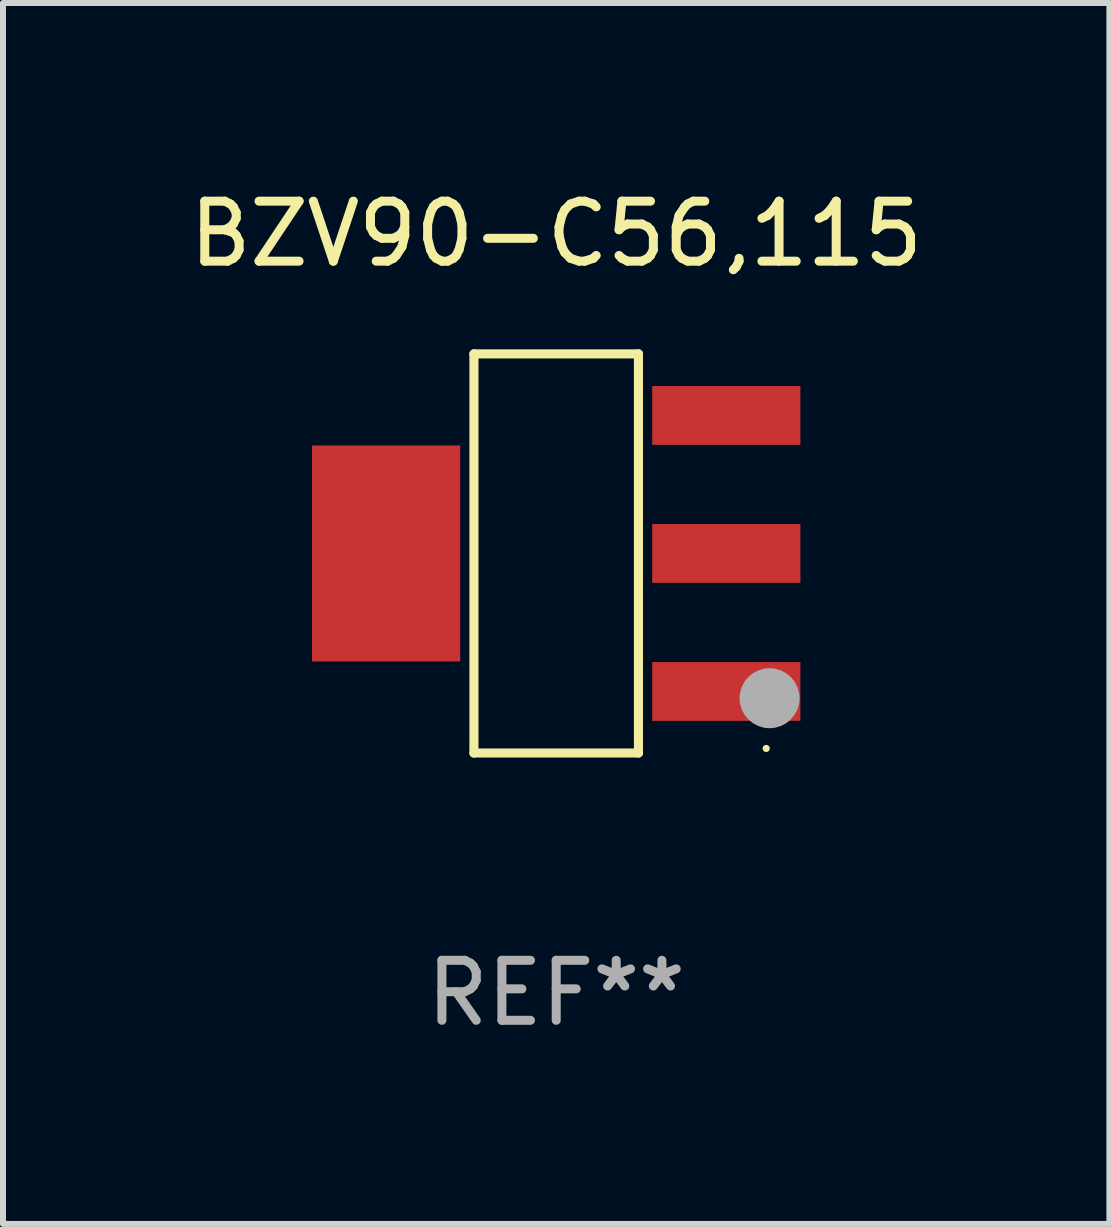
<source format=kicad_pcb>
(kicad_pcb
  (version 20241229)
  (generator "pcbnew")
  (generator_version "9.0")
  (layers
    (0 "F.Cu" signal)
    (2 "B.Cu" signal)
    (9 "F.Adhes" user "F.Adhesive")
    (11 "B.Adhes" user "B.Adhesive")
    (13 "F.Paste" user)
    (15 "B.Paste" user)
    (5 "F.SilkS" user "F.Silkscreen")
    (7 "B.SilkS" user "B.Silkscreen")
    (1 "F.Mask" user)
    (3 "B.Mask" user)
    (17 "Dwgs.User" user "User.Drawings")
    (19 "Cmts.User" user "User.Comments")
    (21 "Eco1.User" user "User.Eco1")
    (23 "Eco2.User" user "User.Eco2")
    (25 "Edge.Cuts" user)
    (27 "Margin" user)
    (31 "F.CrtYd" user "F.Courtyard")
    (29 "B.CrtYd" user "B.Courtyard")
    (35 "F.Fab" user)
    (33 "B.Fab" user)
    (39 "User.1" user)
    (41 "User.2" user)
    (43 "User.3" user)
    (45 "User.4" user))
  (footprint "BZV90-C56,115"
    (layer "F.Cu")
    (at 6.22 6.174)
    (property "Reference" "BZV90-C56,115" (at 0 -5.326 0) (layer "F.SilkS") (effects (font (size 1 1) (thickness 0.15))))
    (attr through_hole)
    (fp_line (start -1.371 -3.326) (end 1.371 -3.326) (stroke (width 0.152) (type solid)) (layer "F.SilkS"))
    (fp_line (start -1.371 3.326) (end -1.371 -3.326) (stroke (width 0.152) (type solid)) (layer "F.SilkS"))
    (fp_line (start 1.371 -3.326) (end 1.371 3.326) (stroke (width 0.152) (type solid)) (layer "F.SilkS"))
    (fp_line (start 1.371 3.326) (end -1.371 3.326) (stroke (width 0.152) (type solid)) (layer "F.SilkS"))
    (fp_circle (center 3.5 3.25) (end 3.53 3.25) (stroke (width 0.06) (type solid)) (fill no) (layer "F.SilkS"))
    (fp_circle (center 3.556 2.413) (end 3.806 2.413) (stroke (width 0.5) (type solid)) (fill no) (layer "F.Fab"))
    (fp_text user "REF**" (at 0 7.326 0) (layer "F.Fab") (effects (font (size 1 1) (thickness 0.15))))
    (pad "1" smd rect (at 2.835 2.3) (size 2.47 0.98) (layers "F.Cu" "F.Mask" "F.Paste"))
    (pad "2" smd rect (at 2.835 0) (size 2.47 0.98) (layers "F.Cu" "F.Mask" "F.Paste"))
    (pad "3" smd rect (at 2.835 -2.3) (size 2.47 0.98) (layers "F.Cu" "F.Mask" "F.Paste"))
    (pad "4" smd rect (at -2.835 0) (size 2.47 3.6) (layers "F.Cu" "F.Mask" "F.Paste")))
  (gr_rect
    (start -3 -3)
    (end 15.44 17.349)
    (stroke (width 0.1) (type default))
    (fill no)
    (layer "Edge.Cuts")))
</source>
